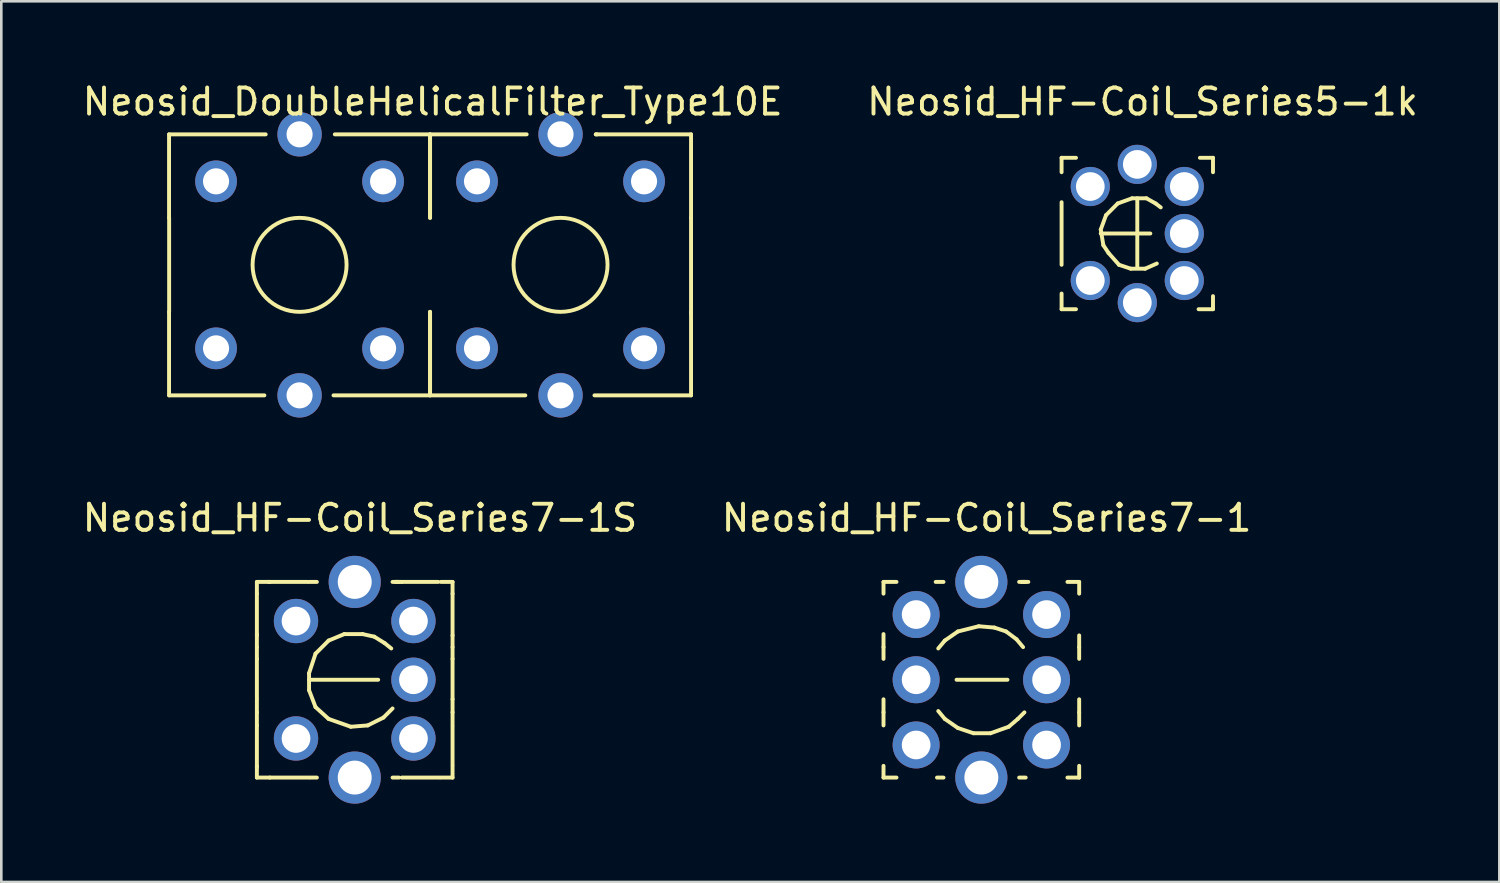
<source format=kicad_pcb>
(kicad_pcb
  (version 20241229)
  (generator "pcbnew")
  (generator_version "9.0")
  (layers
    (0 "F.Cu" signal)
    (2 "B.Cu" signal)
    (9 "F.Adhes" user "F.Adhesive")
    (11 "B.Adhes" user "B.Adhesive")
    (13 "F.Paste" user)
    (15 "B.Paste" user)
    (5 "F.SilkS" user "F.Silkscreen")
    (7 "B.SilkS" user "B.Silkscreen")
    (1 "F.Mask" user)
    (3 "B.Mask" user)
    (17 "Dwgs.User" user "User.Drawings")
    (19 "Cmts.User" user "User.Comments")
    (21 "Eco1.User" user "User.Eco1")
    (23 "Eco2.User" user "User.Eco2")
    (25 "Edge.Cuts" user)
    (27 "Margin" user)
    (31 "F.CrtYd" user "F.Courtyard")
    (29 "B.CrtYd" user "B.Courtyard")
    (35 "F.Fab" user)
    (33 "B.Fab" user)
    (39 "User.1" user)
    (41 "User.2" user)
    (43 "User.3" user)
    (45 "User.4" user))
  (footprint "Neosid_HF-Coil_Series7-1"
    (layer "F.Cu")
    (at 34.555 22.998)
    (property "Reference" "Neosid_HF-Coil_Series7-1" (at 0.201 -6.2 0) (layer "F.SilkS") (effects (font (size 1 1) (thickness 0.15))))
    (attr through_hole)
    (fp_line (start -3.749 -3.749) (end -3.749 -3.299) (stroke (width 0.15) (type solid)) (layer "F.SilkS"))
    (fp_line (start -3.749 -3.749) (end -3.251 -3.749) (stroke (width 0.15) (type solid)) (layer "F.SilkS"))
    (fp_line (start -3.749 -1.25) (end -3.749 -1.75) (stroke (width 0.15) (type solid)) (layer "F.SilkS"))
    (fp_line (start -3.749 -1.25) (end -3.749 -0.8) (stroke (width 0.15) (type solid)) (layer "F.SilkS"))
    (fp_line (start -3.749 1.25) (end -3.749 0.749) (stroke (width 0.15) (type solid)) (layer "F.SilkS"))
    (fp_line (start -3.749 1.25) (end -3.749 1.75) (stroke (width 0.15) (type solid)) (layer "F.SilkS"))
    (fp_line (start -3.749 3.749) (end -3.749 3.299) (stroke (width 0.15) (type solid)) (layer "F.SilkS"))
    (fp_line (start -3.749 3.749) (end -3.251 3.749) (stroke (width 0.15) (type solid)) (layer "F.SilkS"))
    (fp_line (start -1.699 3.749) (end -1.45 3.749) (stroke (width 0.15) (type solid)) (layer "F.SilkS"))
    (fp_line (start -1.651 1.199) (end -1.4 1.501) (stroke (width 0.15) (type solid)) (layer "F.SilkS"))
    (fp_line (start -1.45 -3.749) (end -1.75 -3.749) (stroke (width 0.15) (type solid)) (layer "F.SilkS"))
    (fp_line (start -1.4 -1.501) (end -1.651 -1.199) (stroke (width 0.15) (type solid)) (layer "F.SilkS"))
    (fp_line (start -1.4 1.501) (end -0.899 1.849) (stroke (width 0.15) (type solid)) (layer "F.SilkS"))
    (fp_line (start -0.95 0) (end 1.001 0) (stroke (width 0.15) (type solid)) (layer "F.SilkS"))
    (fp_line (start -0.899 -1.849) (end -1.4 -1.501) (stroke (width 0.15) (type solid)) (layer "F.SilkS"))
    (fp_line (start -0.899 1.849) (end -0.3 2.05) (stroke (width 0.15) (type solid)) (layer "F.SilkS"))
    (fp_line (start -0.3 2.05) (end 0.351 2.05) (stroke (width 0.15) (type solid)) (layer "F.SilkS"))
    (fp_line (start -0.099 -2.05) (end -0.899 -1.849) (stroke (width 0.15) (type solid)) (layer "F.SilkS"))
    (fp_line (start 0.351 2.05) (end 1.049 1.801) (stroke (width 0.15) (type solid)) (layer "F.SilkS"))
    (fp_line (start 0.5 -1.999) (end -0.099 -2.05) (stroke (width 0.15) (type solid)) (layer "F.SilkS"))
    (fp_line (start 0.95 -1.849) (end 0.5 -1.999) (stroke (width 0.15) (type solid)) (layer "F.SilkS"))
    (fp_line (start 1.049 1.801) (end 1.4 1.501) (stroke (width 0.15) (type solid)) (layer "F.SilkS"))
    (fp_line (start 1.349 -1.549) (end 0.95 -1.849) (stroke (width 0.15) (type solid)) (layer "F.SilkS"))
    (fp_line (start 1.4 1.501) (end 1.651 1.25) (stroke (width 0.15) (type solid)) (layer "F.SilkS"))
    (fp_line (start 1.45 3.749) (end 1.699 3.749) (stroke (width 0.15) (type solid)) (layer "F.SilkS"))
    (fp_line (start 1.549 -3.749) (end 1.651 -3.749) (stroke (width 0.15) (type solid)) (layer "F.SilkS"))
    (fp_line (start 1.6 -1.25) (end 1.349 -1.549) (stroke (width 0.15) (type solid)) (layer "F.SilkS"))
    (fp_line (start 1.651 -3.749) (end 1.801 -3.749) (stroke (width 0.15) (type solid)) (layer "F.SilkS"))
    (fp_line (start 1.699 -3.749) (end 1.448 -3.749) (stroke (width 0.15) (type solid)) (layer "F.SilkS"))
    (fp_line (start 3.749 -3.749) (end 3.299 -3.749) (stroke (width 0.15) (type solid)) (layer "F.SilkS"))
    (fp_line (start 3.749 -3.749) (end 3.749 -3.299) (stroke (width 0.15) (type solid)) (layer "F.SilkS"))
    (fp_line (start 3.749 -1.25) (end 3.749 -1.699) (stroke (width 0.15) (type solid)) (layer "F.SilkS"))
    (fp_line (start 3.749 -1.25) (end 3.749 -0.8) (stroke (width 0.15) (type solid)) (layer "F.SilkS"))
    (fp_line (start 3.749 1.25) (end 3.749 0.749) (stroke (width 0.15) (type solid)) (layer "F.SilkS"))
    (fp_line (start 3.749 1.25) (end 3.749 1.75) (stroke (width 0.15) (type solid)) (layer "F.SilkS"))
    (fp_line (start 3.749 3.749) (end 3.299 3.749) (stroke (width 0.15) (type solid)) (layer "F.SilkS"))
    (fp_line (start 3.749 3.749) (end 3.749 3.299) (stroke (width 0.15) (type solid)) (layer "F.SilkS"))
    (pad "1" thru_hole circle (at -2.499 -2.499 90) (size 1.801 1.801) (drill 1.1) (layers "*.Cu" "*.Mask"))
    (pad "2" thru_hole circle (at -2.499 0 90) (size 1.801 1.801) (drill 1.1) (layers "*.Cu" "*.Mask"))
    (pad "3" thru_hole circle (at -2.499 2.499 90) (size 1.801 1.801) (drill 1.1) (layers "*.Cu" "*.Mask"))
    (pad "4" thru_hole circle (at 2.499 2.499 90) (size 1.801 1.801) (drill 1.1) (layers "*.Cu" "*.Mask"))
    (pad "5" thru_hole circle (at 2.499 0 90) (size 1.801 1.801) (drill 1.1) (layers "*.Cu" "*.Mask"))
    (pad "6" thru_hole circle (at 2.499 -2.499 90) (size 1.801 1.801) (drill 1.1) (layers "*.Cu" "*.Mask"))
    (pad "~" thru_hole circle (at 0 -3.749 90) (size 1.999 1.999) (drill 1.3) (layers "*.Cu" "*.Mask"))
    (pad "~" thru_hole circle (at 0 3.749 90) (size 1.999 1.999) (drill 1.3) (layers "*.Cu" "*.Mask")))
  (footprint "Neosid_HF-Coil_Series5-1k"
    (layer "F.Cu")
    (at 40.531 5.898)
    (property "Reference" "Neosid_HF-Coil_Series5-1k" (at 0.201 -5.05 0) (layer "F.SilkS") (effects (font (size 1 1) (thickness 0.15))))
    (attr through_hole)
    (fp_line (start -2.901 -2.901) (end -2.901 -2.349) (stroke (width 0.15) (type solid)) (layer "F.SilkS"))
    (fp_line (start -2.901 -2.901) (end -2.349 -2.901) (stroke (width 0.15) (type solid)) (layer "F.SilkS"))
    (fp_line (start -2.901 1.199) (end -2.901 -1.199) (stroke (width 0.15) (type solid)) (layer "F.SilkS"))
    (fp_line (start -2.901 2.901) (end -2.901 2.301) (stroke (width 0.15) (type solid)) (layer "F.SilkS"))
    (fp_line (start -2.901 2.901) (end -2.349 2.901) (stroke (width 0.15) (type solid)) (layer "F.SilkS"))
    (fp_line (start -1.4 -0.15) (end -1.3 0.45) (stroke (width 0.15) (type solid)) (layer "F.SilkS"))
    (fp_line (start -1.4 0) (end 0.5 0) (stroke (width 0.15) (type solid)) (layer "F.SilkS"))
    (fp_line (start -1.3 0.45) (end -1.1 0.749) (stroke (width 0.15) (type solid)) (layer "F.SilkS"))
    (fp_line (start -1.199 -0.701) (end -1.4 -0.15) (stroke (width 0.15) (type solid)) (layer "F.SilkS"))
    (fp_line (start -1.1 0.749) (end -0.701 1.199) (stroke (width 0.15) (type solid)) (layer "F.SilkS"))
    (fp_line (start -0.749 -1.151) (end -1.199 -0.701) (stroke (width 0.15) (type solid)) (layer "F.SilkS"))
    (fp_line (start -0.701 1.199) (end -0.249 1.349) (stroke (width 0.15) (type solid)) (layer "F.SilkS"))
    (fp_line (start -0.249 1.349) (end 0.3 1.349) (stroke (width 0.15) (type solid)) (layer "F.SilkS"))
    (fp_line (start -0.201 -1.349) (end -0.749 -1.151) (stroke (width 0.15) (type solid)) (layer "F.SilkS"))
    (fp_line (start 0 -1.349) (end 0 1.3) (stroke (width 0.15) (type solid)) (layer "F.SilkS"))
    (fp_line (start 0.3 1.349) (end 0.749 1.151) (stroke (width 0.15) (type solid)) (layer "F.SilkS"))
    (fp_line (start 0.351 -1.349) (end -0.201 -1.349) (stroke (width 0.15) (type solid)) (layer "F.SilkS"))
    (fp_line (start 0.701 -1.151) (end 0.351 -1.349) (stroke (width 0.15) (type solid)) (layer "F.SilkS"))
    (fp_line (start 0.899 -1.001) (end 0.701 -1.151) (stroke (width 0.15) (type solid)) (layer "F.SilkS"))
    (fp_line (start 2.901 -2.901) (end 2.4 -2.901) (stroke (width 0.15) (type solid)) (layer "F.SilkS"))
    (fp_line (start 2.901 -2.901) (end 2.901 -2.349) (stroke (width 0.15) (type solid)) (layer "F.SilkS"))
    (fp_line (start 2.901 2.901) (end 2.349 2.901) (stroke (width 0.15) (type solid)) (layer "F.SilkS"))
    (fp_line (start 2.901 2.901) (end 2.901 2.4) (stroke (width 0.15) (type solid)) (layer "F.SilkS"))
    (pad "1" thru_hole circle (at -1.801 -1.801 90) (size 1.501 1.501) (drill 1.1) (layers "*.Cu" "*.Mask"))
    (pad "2" thru_hole circle (at 0 -2.649 90) (size 1.501 1.501) (drill 1.1) (layers "*.Cu" "*.Mask"))
    (pad "2" thru_hole circle (at 1.801 -1.801 90) (size 1.501 1.501) (drill 1.1) (layers "*.Cu" "*.Mask"))
    (pad "3" thru_hole circle (at 1.801 0 90) (size 1.501 1.501) (drill 1.1) (layers "*.Cu" "*.Mask"))
    (pad "4" thru_hole circle (at 1.801 1.801 90) (size 1.501 1.501) (drill 1.1) (layers "*.Cu" "*.Mask"))
    (pad "5" thru_hole circle (at 0 2.649 90) (size 1.501 1.501) (drill 1.1) (layers "*.Cu" "*.Mask"))
    (pad "6" thru_hole circle (at -1.801 1.801 90) (size 1.501 1.501) (drill 1.1) (layers "*.Cu" "*.Mask")))
  (footprint "Neosid_DoubleHelicalFilter_Type10E"
    (layer "F.Cu")
    (at 13.431 7.099)
    (property "Reference" "Neosid_DoubleHelicalFilter_Type10E" (at 0.099 -6.251 0) (layer "F.SilkS") (effects (font (size 1 1) (thickness 0.15))))
    (attr through_hole)
    (fp_line (start -10.003 -5.001) (end -10.003 -1.801) (stroke (width 0.15) (type solid)) (layer "F.SilkS"))
    (fp_line (start -10.003 1.801) (end -10.003 5.001) (stroke (width 0.15) (type solid)) (layer "F.SilkS"))
    (fp_line (start -10 -1.801) (end -10 1.801) (stroke (width 0.15) (type solid)) (layer "F.SilkS"))
    (fp_line (start -10 5.001) (end -6.35 5.001) (stroke (width 0.15) (type solid)) (layer "F.SilkS"))
    (fp_line (start -6.299 -5.001) (end -10 -5.001) (stroke (width 0.15) (type solid)) (layer "F.SilkS"))
    (fp_line (start -3.701 5.001) (end 3.65 5.001) (stroke (width 0.15) (type solid)) (layer "F.SilkS"))
    (fp_line (start -0.003 -5.001) (end -0.003 -1.801) (stroke (width 0.15) (type solid)) (layer "F.SilkS"))
    (fp_line (start -0.003 1.801) (end -0.003 5.001) (stroke (width 0.15) (type solid)) (layer "F.SilkS"))
    (fp_line (start 0 -1.801) (end 0 -5.001) (stroke (width 0.15) (type solid)) (layer "F.SilkS"))
    (fp_line (start 0 5.001) (end 0 1.801) (stroke (width 0.15) (type solid)) (layer "F.SilkS"))
    (fp_line (start 3.701 -5.001) (end -3.65 -5.001) (stroke (width 0.15) (type solid)) (layer "F.SilkS"))
    (fp_line (start 6.299 5.001) (end 10 5.001) (stroke (width 0.15) (type solid)) (layer "F.SilkS"))
    (fp_line (start 6.35 -5.001) (end 6.401 -5.001) (stroke (width 0.15) (type solid)) (layer "F.SilkS"))
    (fp_line (start 10 -5.001) (end 6.35 -5.001) (stroke (width 0.15) (type solid)) (layer "F.SilkS"))
    (fp_line (start 10 -1.801) (end 10 -5.001) (stroke (width 0.15) (type solid)) (layer "F.SilkS"))
    (fp_line (start 10 -1.801) (end 10 1.849) (stroke (width 0.15) (type solid)) (layer "F.SilkS"))
    (fp_line (start 10 5.001) (end 10 1.801) (stroke (width 0.15) (type solid)) (layer "F.SilkS"))
    (fp_circle (center -5.001 0) (end -3.2 0) (stroke (width 0.15) (type solid)) (fill no) (layer "F.SilkS"))
    (fp_circle (center 4.999 0) (end 6.8 0) (stroke (width 0.15) (type solid)) (fill no) (layer "F.SilkS"))
    (pad "1" thru_hole circle (at -1.801 3.2 90) (size 1.6 1.6) (drill 1.001) (layers "*.Cu" "*.Mask"))
    (pad "2" thru_hole circle (at -1.801 -3.2 90) (size 1.6 1.6) (drill 1.001) (layers "*.Cu" "*.Mask"))
    (pad "4" thru_hole circle (at -8.202 -3.2 90) (size 1.6 1.6) (drill 1.001) (layers "*.Cu" "*.Mask"))
    (pad "5" thru_hole circle (at -8.202 3.2 90) (size 1.6 1.6) (drill 1.001) (layers "*.Cu" "*.Mask"))
    (pad "21" thru_hole circle (at 8.199 3.2 90) (size 1.6 1.6) (drill 1.001) (layers "*.Cu" "*.Mask"))
    (pad "22" thru_hole circle (at 8.199 -3.2 90) (size 1.6 1.6) (drill 1.001) (layers "*.Cu" "*.Mask"))
    (pad "24" thru_hole circle (at 1.798 -3.2 90) (size 1.6 1.6) (drill 1.001) (layers "*.Cu" "*.Mask"))
    (pad "25" thru_hole circle (at 1.798 3.2 90) (size 1.6 1.6) (drill 1.001) (layers "*.Cu" "*.Mask"))
    (pad "~" thru_hole circle (at -5.001 -5.001 90) (size 1.699 1.699) (drill 1.001) (layers "*.Cu" "*.Mask"))
    (pad "~" thru_hole circle (at -5.001 5.001 90) (size 1.699 1.699) (drill 1.001) (layers "*.Cu" "*.Mask"))
    (pad "~" thru_hole circle (at 4.999 -5.001 90) (size 1.699 1.699) (drill 1.001) (layers "*.Cu" "*.Mask"))
    (pad "~" thru_hole circle (at 4.999 5.001 90) (size 1.699 1.699) (drill 1.001) (layers "*.Cu" "*.Mask")))
  (footprint "Neosid_HF-Coil_Series7-1S"
    (layer "F.Cu")
    (at 10.543 22.998)
    (property "Reference" "Neosid_HF-Coil_Series7-1S" (at 0.201 -6.2 0) (layer "F.SilkS") (effects (font (size 1 1) (thickness 0.15))))
    (attr through_hole)
    (fp_line (start -3.749 -3.749) (end -3.749 -3.299) (stroke (width 0.15) (type solid)) (layer "F.SilkS"))
    (fp_line (start -3.749 -3.749) (end -3.251 -3.749) (stroke (width 0.15) (type solid)) (layer "F.SilkS"))
    (fp_line (start -3.749 -3.299) (end -3.749 -1.699) (stroke (width 0.15) (type solid)) (layer "F.SilkS"))
    (fp_line (start -3.749 -1.25) (end -3.749 -1.75) (stroke (width 0.15) (type solid)) (layer "F.SilkS"))
    (fp_line (start -3.749 -1.25) (end -3.749 -0.8) (stroke (width 0.15) (type solid)) (layer "F.SilkS"))
    (fp_line (start -3.749 -0.8) (end -3.749 0.701) (stroke (width 0.15) (type solid)) (layer "F.SilkS"))
    (fp_line (start -3.749 1.25) (end -3.749 0.749) (stroke (width 0.15) (type solid)) (layer "F.SilkS"))
    (fp_line (start -3.749 1.25) (end -3.749 1.75) (stroke (width 0.15) (type solid)) (layer "F.SilkS"))
    (fp_line (start -3.749 1.75) (end -3.749 3.35) (stroke (width 0.15) (type solid)) (layer "F.SilkS"))
    (fp_line (start -3.749 3.749) (end -3.749 3.299) (stroke (width 0.15) (type solid)) (layer "F.SilkS"))
    (fp_line (start -3.749 3.749) (end -3.251 3.749) (stroke (width 0.15) (type solid)) (layer "F.SilkS"))
    (fp_line (start -3.251 3.749) (end -1.75 3.749) (stroke (width 0.15) (type solid)) (layer "F.SilkS"))
    (fp_line (start -1.801 -3.749) (end -3.299 -3.749) (stroke (width 0.15) (type solid)) (layer "F.SilkS"))
    (fp_line (start -1.75 -0.249) (end -1.75 0.399) (stroke (width 0.15) (type solid)) (layer "F.SilkS"))
    (fp_line (start -1.75 0) (end 0.899 0) (stroke (width 0.15) (type solid)) (layer "F.SilkS"))
    (fp_line (start -1.75 0.399) (end -1.501 1.049) (stroke (width 0.15) (type solid)) (layer "F.SilkS"))
    (fp_line (start -1.699 3.749) (end -1.45 3.749) (stroke (width 0.15) (type solid)) (layer "F.SilkS"))
    (fp_line (start -1.501 -1.001) (end -1.75 -0.249) (stroke (width 0.15) (type solid)) (layer "F.SilkS"))
    (fp_line (start -1.501 1.049) (end -1.001 1.501) (stroke (width 0.15) (type solid)) (layer "F.SilkS"))
    (fp_line (start -1.45 -3.749) (end -1.75 -3.749) (stroke (width 0.15) (type solid)) (layer "F.SilkS"))
    (fp_line (start -1.001 -1.501) (end -1.501 -1.001) (stroke (width 0.15) (type solid)) (layer "F.SilkS"))
    (fp_line (start -1.001 1.501) (end -0.15 1.801) (stroke (width 0.15) (type solid)) (layer "F.SilkS"))
    (fp_line (start -0.399 -1.75) (end -1.001 -1.501) (stroke (width 0.15) (type solid)) (layer "F.SilkS"))
    (fp_line (start -0.15 1.801) (end 0.5 1.75) (stroke (width 0.15) (type solid)) (layer "F.SilkS"))
    (fp_line (start 0.3 -1.75) (end -0.399 -1.75) (stroke (width 0.15) (type solid)) (layer "F.SilkS"))
    (fp_line (start 0.5 1.75) (end 1.1 1.45) (stroke (width 0.15) (type solid)) (layer "F.SilkS"))
    (fp_line (start 0.749 -1.651) (end 0.3 -1.75) (stroke (width 0.15) (type solid)) (layer "F.SilkS"))
    (fp_line (start 1.1 1.45) (end 1.45 1.1) (stroke (width 0.15) (type solid)) (layer "F.SilkS"))
    (fp_line (start 1.151 -1.4) (end 0.749 -1.651) (stroke (width 0.15) (type solid)) (layer "F.SilkS"))
    (fp_line (start 1.4 -1.199) (end 1.151 -1.4) (stroke (width 0.15) (type solid)) (layer "F.SilkS"))
    (fp_line (start 1.45 3.749) (end 1.699 3.749) (stroke (width 0.15) (type solid)) (layer "F.SilkS"))
    (fp_line (start 1.549 -3.749) (end 1.651 -3.749) (stroke (width 0.15) (type solid)) (layer "F.SilkS"))
    (fp_line (start 1.651 -3.749) (end 1.801 -3.749) (stroke (width 0.15) (type solid)) (layer "F.SilkS"))
    (fp_line (start 1.699 -3.749) (end 1.448 -3.749) (stroke (width 0.15) (type solid)) (layer "F.SilkS"))
    (fp_line (start 1.801 3.749) (end 3.251 3.749) (stroke (width 0.15) (type solid)) (layer "F.SilkS"))
    (fp_line (start 3.2 -3.749) (end 1.801 -3.749) (stroke (width 0.15) (type solid)) (layer "F.SilkS"))
    (fp_line (start 3.749 -3.749) (end 3.299 -3.749) (stroke (width 0.15) (type solid)) (layer "F.SilkS"))
    (fp_line (start 3.749 -3.749) (end 3.749 -3.299) (stroke (width 0.15) (type solid)) (layer "F.SilkS"))
    (fp_line (start 3.749 -3.299) (end 3.749 -1.699) (stroke (width 0.15) (type solid)) (layer "F.SilkS"))
    (fp_line (start 3.749 -1.25) (end 3.749 -1.699) (stroke (width 0.15) (type solid)) (layer "F.SilkS"))
    (fp_line (start 3.749 -1.25) (end 3.749 -0.8) (stroke (width 0.15) (type solid)) (layer "F.SilkS"))
    (fp_line (start 3.749 0.749) (end 3.749 -0.8) (stroke (width 0.15) (type solid)) (layer "F.SilkS"))
    (fp_line (start 3.749 1.25) (end 3.749 0.749) (stroke (width 0.15) (type solid)) (layer "F.SilkS"))
    (fp_line (start 3.749 1.25) (end 3.749 1.75) (stroke (width 0.15) (type solid)) (layer "F.SilkS"))
    (fp_line (start 3.749 3.251) (end 3.749 1.801) (stroke (width 0.15) (type solid)) (layer "F.SilkS"))
    (fp_line (start 3.749 3.749) (end 3.299 3.749) (stroke (width 0.15) (type solid)) (layer "F.SilkS"))
    (fp_line (start 3.749 3.749) (end 3.749 3.299) (stroke (width 0.15) (type solid)) (layer "F.SilkS"))
    (pad "1" thru_hole circle (at -2.25 -2.25 90) (size 1.699 1.699) (drill 1.1) (layers "*.Cu" "*.Mask"))
    (pad "3" thru_hole circle (at -2.25 2.25 90) (size 1.699 1.699) (drill 1.1) (layers "*.Cu" "*.Mask"))
    (pad "4" thru_hole circle (at 2.25 2.25 90) (size 1.699 1.699) (drill 1.1) (layers "*.Cu" "*.Mask"))
    (pad "5" thru_hole circle (at 2.25 0 90) (size 1.699 1.699) (drill 1.1) (layers "*.Cu" "*.Mask"))
    (pad "6" thru_hole circle (at 2.25 -2.25 90) (size 1.699 1.699) (drill 1.1) (layers "*.Cu" "*.Mask"))
    (pad "~" thru_hole circle (at 0 -3.749 90) (size 1.999 1.999) (drill 1.3) (layers "*.Cu" "*.Mask"))
    (pad "~" thru_hole circle (at 0 3.749 90) (size 1.999 1.999) (drill 1.3) (layers "*.Cu" "*.Mask")))
  (gr_rect
    (start -3 -3)
    (end 54.405 30.747)
    (stroke (width 0.1) (type default))
    (fill no)
    (layer "Edge.Cuts")))
</source>
